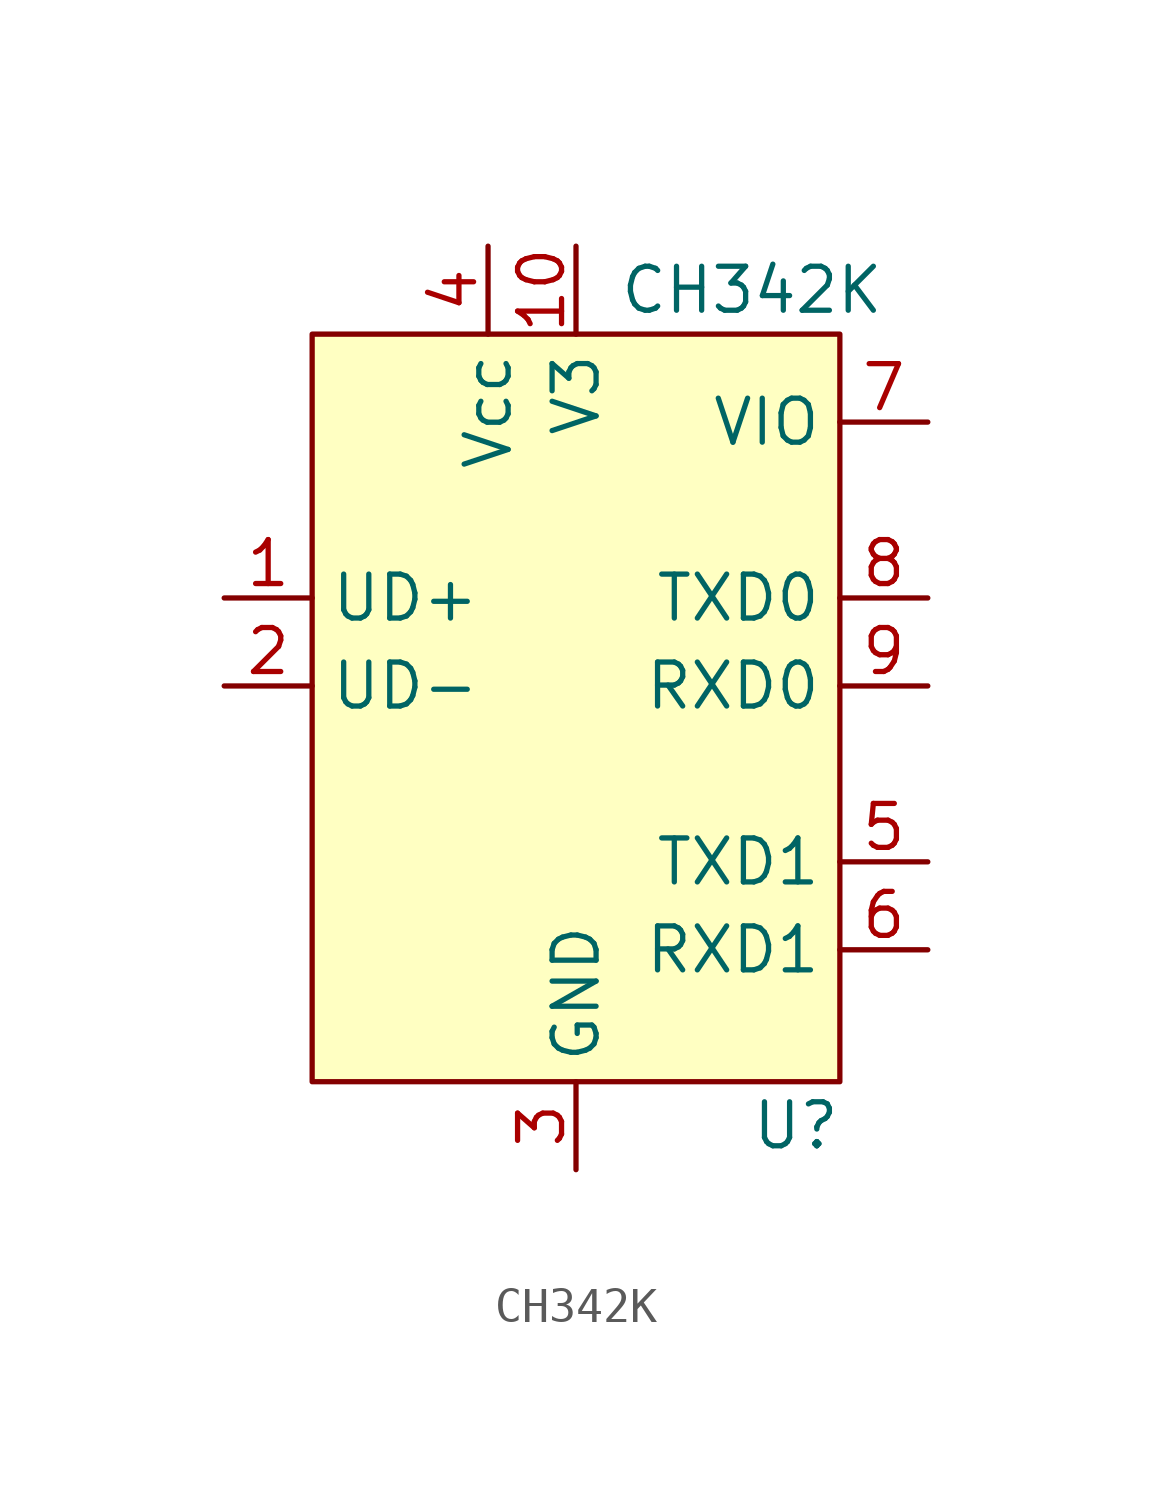
<source format=kicad_sym>
(kicad_symbol_lib
  (version 20231120)
  (generator "kicad_symbol_editor")
  (generator_version "8.0")
  (symbol "CH342K"
    (property "Reference" "U"
      (at 6.35 -20.32 0)
      (effects (font (size 1.27 1.27))))
    (property "Value" "CH342K"
      (at 5.08 3.81 0)
      (effects (font (size 1.27 1.27))))
    (symbol "CH342K_1_1"
      (rectangle (start -7.62 2.54) (end 7.62 -19.05) (stroke (width 0) (type default)) (fill (type background)))
      (pin bidirectional line (at -10.16 -5.08 0) (length 2.54) (name "UD+" (effects (font (size 1.27 1.27)))) (number "1" (effects (font (size 1.27 1.27)))))
      (pin power_out line (at 0 5.08 270) (length 2.54) (name "V3" (effects (font (size 1.27 1.27)))) (number "10" (effects (font (size 1.27 1.27)))))
      (pin power_in line (at 0 -21.59 90) (length 2.54) hide (name "GND" (effects (font (size 1.27 1.27)))) (number "11" (effects (font (size 1.27 1.27)))))
      (pin bidirectional line (at -10.16 -7.62 0) (length 2.54) (name "UD-" (effects (font (size 1.27 1.27)))) (number "2" (effects (font (size 1.27 1.27)))))
      (pin power_in line (at 0 -21.59 90) (length 2.54) (name "GND" (effects (font (size 1.27 1.27)))) (number "3" (effects (font (size 1.27 1.27)))))
      (pin power_in line (at -2.54 5.08 270) (length 2.54) (name "Vcc" (effects (font (size 1.27 1.27)))) (number "4" (effects (font (size 1.27 1.27)))))
      (pin output line (at 10.16 -12.7 180) (length 2.54) (name "TXD1" (effects (font (size 1.27 1.27)))) (number "5" (effects (font (size 1.27 1.27)))))
      (pin input line (at 10.16 -15.24 180) (length 2.54) (name "RXD1" (effects (font (size 1.27 1.27)))) (number "6" (effects (font (size 1.27 1.27)))))
      (pin input line (at 10.16 0 180) (length 2.54) (name "VIO" (effects (font (size 1.27 1.27)))) (number "7" (effects (font (size 1.27 1.27)))))
      (pin output line (at 10.16 -5.08 180) (length 2.54) (name "TXD0" (effects (font (size 1.27 1.27)))) (number "8" (effects (font (size 1.27 1.27)))))
      (pin input line (at 10.16 -7.62 180) (length 2.54) (name "RXD0" (effects (font (size 1.27 1.27)))) (number "9" (effects (font (size 1.27 1.27))))))))
</source>
